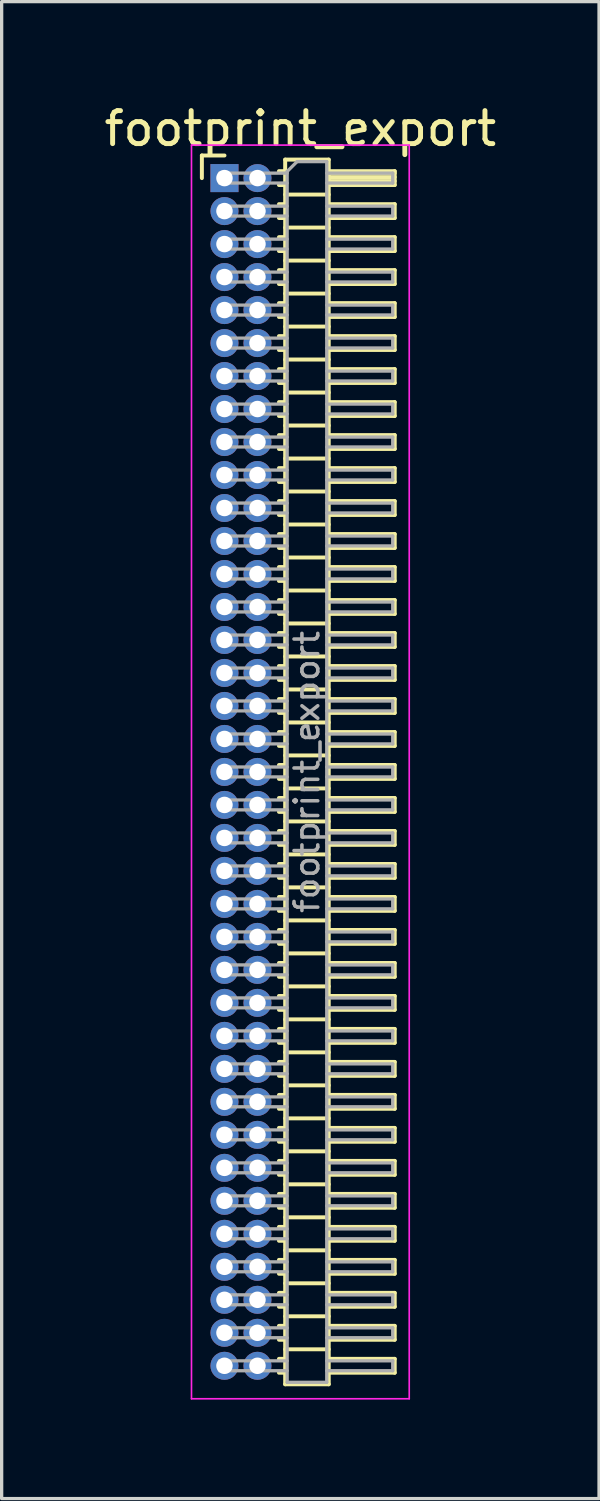
<source format=kicad_pcb>
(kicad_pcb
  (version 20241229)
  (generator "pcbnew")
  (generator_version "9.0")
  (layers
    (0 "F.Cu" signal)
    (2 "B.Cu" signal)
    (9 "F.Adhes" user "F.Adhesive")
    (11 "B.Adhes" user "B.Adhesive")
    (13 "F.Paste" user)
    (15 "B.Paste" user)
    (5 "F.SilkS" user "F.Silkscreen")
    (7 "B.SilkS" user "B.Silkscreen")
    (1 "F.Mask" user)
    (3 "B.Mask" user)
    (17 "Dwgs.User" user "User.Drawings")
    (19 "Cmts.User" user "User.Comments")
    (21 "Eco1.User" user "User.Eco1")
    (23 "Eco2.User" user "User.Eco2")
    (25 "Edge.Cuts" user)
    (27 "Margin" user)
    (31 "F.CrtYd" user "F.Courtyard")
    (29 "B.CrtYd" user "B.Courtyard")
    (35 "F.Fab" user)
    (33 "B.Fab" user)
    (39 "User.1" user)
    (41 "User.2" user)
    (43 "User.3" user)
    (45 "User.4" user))
  (footprint "footprint_export"
    (layer "F.Cu")
    (at 3.754 2.348)
    (property "Reference" "footprint_export" (at 2.3 -1.5 0) (layer "F.SilkS") (effects (font (size 1 1) (thickness 0.15))))
    (attr through_hole)
    (fp_line (start -0.685 -0.685) (end 0 -0.685) (stroke (width 0.12) (type solid)) (layer "F.SilkS"))
    (fp_line (start -0.685 0) (end -0.685 -0.685) (stroke (width 0.12) (type solid)) (layer "F.SilkS"))
    (fp_line (start 1.652 -0.21) (end 1.84 -0.21) (stroke (width 0.12) (type solid)) (layer "F.SilkS"))
    (fp_line (start 1.652 0.21) (end 1.84 0.21) (stroke (width 0.12) (type solid)) (layer "F.SilkS"))
    (fp_line (start 1.652 0.79) (end 1.84 0.79) (stroke (width 0.12) (type solid)) (layer "F.SilkS"))
    (fp_line (start 1.652 1.21) (end 1.84 1.21) (stroke (width 0.12) (type solid)) (layer "F.SilkS"))
    (fp_line (start 1.652 1.79) (end 1.84 1.79) (stroke (width 0.12) (type solid)) (layer "F.SilkS"))
    (fp_line (start 1.652 2.21) (end 1.84 2.21) (stroke (width 0.12) (type solid)) (layer "F.SilkS"))
    (fp_line (start 1.652 2.79) (end 1.84 2.79) (stroke (width 0.12) (type solid)) (layer "F.SilkS"))
    (fp_line (start 1.652 3.21) (end 1.84 3.21) (stroke (width 0.12) (type solid)) (layer "F.SilkS"))
    (fp_line (start 1.652 3.79) (end 1.84 3.79) (stroke (width 0.12) (type solid)) (layer "F.SilkS"))
    (fp_line (start 1.652 4.21) (end 1.84 4.21) (stroke (width 0.12) (type solid)) (layer "F.SilkS"))
    (fp_line (start 1.652 4.79) (end 1.84 4.79) (stroke (width 0.12) (type solid)) (layer "F.SilkS"))
    (fp_line (start 1.652 5.21) (end 1.84 5.21) (stroke (width 0.12) (type solid)) (layer "F.SilkS"))
    (fp_line (start 1.652 5.79) (end 1.84 5.79) (stroke (width 0.12) (type solid)) (layer "F.SilkS"))
    (fp_line (start 1.652 6.21) (end 1.84 6.21) (stroke (width 0.12) (type solid)) (layer "F.SilkS"))
    (fp_line (start 1.652 6.79) (end 1.84 6.79) (stroke (width 0.12) (type solid)) (layer "F.SilkS"))
    (fp_line (start 1.652 7.21) (end 1.84 7.21) (stroke (width 0.12) (type solid)) (layer "F.SilkS"))
    (fp_line (start 1.652 7.79) (end 1.84 7.79) (stroke (width 0.12) (type solid)) (layer "F.SilkS"))
    (fp_line (start 1.652 8.21) (end 1.84 8.21) (stroke (width 0.12) (type solid)) (layer "F.SilkS"))
    (fp_line (start 1.652 8.79) (end 1.84 8.79) (stroke (width 0.12) (type solid)) (layer "F.SilkS"))
    (fp_line (start 1.652 9.21) (end 1.84 9.21) (stroke (width 0.12) (type solid)) (layer "F.SilkS"))
    (fp_line (start 1.652 9.79) (end 1.84 9.79) (stroke (width 0.12) (type solid)) (layer "F.SilkS"))
    (fp_line (start 1.652 10.21) (end 1.84 10.21) (stroke (width 0.12) (type solid)) (layer "F.SilkS"))
    (fp_line (start 1.652 10.79) (end 1.84 10.79) (stroke (width 0.12) (type solid)) (layer "F.SilkS"))
    (fp_line (start 1.652 11.21) (end 1.84 11.21) (stroke (width 0.12) (type solid)) (layer "F.SilkS"))
    (fp_line (start 1.652 11.79) (end 1.84 11.79) (stroke (width 0.12) (type solid)) (layer "F.SilkS"))
    (fp_line (start 1.652 12.21) (end 1.84 12.21) (stroke (width 0.12) (type solid)) (layer "F.SilkS"))
    (fp_line (start 1.652 12.79) (end 1.84 12.79) (stroke (width 0.12) (type solid)) (layer "F.SilkS"))
    (fp_line (start 1.652 13.21) (end 1.84 13.21) (stroke (width 0.12) (type solid)) (layer "F.SilkS"))
    (fp_line (start 1.652 13.79) (end 1.84 13.79) (stroke (width 0.12) (type solid)) (layer "F.SilkS"))
    (fp_line (start 1.652 14.21) (end 1.84 14.21) (stroke (width 0.12) (type solid)) (layer "F.SilkS"))
    (fp_line (start 1.652 14.79) (end 1.84 14.79) (stroke (width 0.12) (type solid)) (layer "F.SilkS"))
    (fp_line (start 1.652 15.21) (end 1.84 15.21) (stroke (width 0.12) (type solid)) (layer "F.SilkS"))
    (fp_line (start 1.652 15.79) (end 1.84 15.79) (stroke (width 0.12) (type solid)) (layer "F.SilkS"))
    (fp_line (start 1.652 16.21) (end 1.84 16.21) (stroke (width 0.12) (type solid)) (layer "F.SilkS"))
    (fp_line (start 1.652 16.79) (end 1.84 16.79) (stroke (width 0.12) (type solid)) (layer "F.SilkS"))
    (fp_line (start 1.652 17.21) (end 1.84 17.21) (stroke (width 0.12) (type solid)) (layer "F.SilkS"))
    (fp_line (start 1.652 17.79) (end 1.84 17.79) (stroke (width 0.12) (type solid)) (layer "F.SilkS"))
    (fp_line (start 1.652 18.21) (end 1.84 18.21) (stroke (width 0.12) (type solid)) (layer "F.SilkS"))
    (fp_line (start 1.652 18.79) (end 1.84 18.79) (stroke (width 0.12) (type solid)) (layer "F.SilkS"))
    (fp_line (start 1.652 19.21) (end 1.84 19.21) (stroke (width 0.12) (type solid)) (layer "F.SilkS"))
    (fp_line (start 1.652 19.79) (end 1.84 19.79) (stroke (width 0.12) (type solid)) (layer "F.SilkS"))
    (fp_line (start 1.652 20.21) (end 1.84 20.21) (stroke (width 0.12) (type solid)) (layer "F.SilkS"))
    (fp_line (start 1.652 20.79) (end 1.84 20.79) (stroke (width 0.12) (type solid)) (layer "F.SilkS"))
    (fp_line (start 1.652 21.21) (end 1.84 21.21) (stroke (width 0.12) (type solid)) (layer "F.SilkS"))
    (fp_line (start 1.652 21.79) (end 1.84 21.79) (stroke (width 0.12) (type solid)) (layer "F.SilkS"))
    (fp_line (start 1.652 22.21) (end 1.84 22.21) (stroke (width 0.12) (type solid)) (layer "F.SilkS"))
    (fp_line (start 1.652 22.79) (end 1.84 22.79) (stroke (width 0.12) (type solid)) (layer "F.SilkS"))
    (fp_line (start 1.652 23.21) (end 1.84 23.21) (stroke (width 0.12) (type solid)) (layer "F.SilkS"))
    (fp_line (start 1.652 23.79) (end 1.84 23.79) (stroke (width 0.12) (type solid)) (layer "F.SilkS"))
    (fp_line (start 1.652 24.21) (end 1.84 24.21) (stroke (width 0.12) (type solid)) (layer "F.SilkS"))
    (fp_line (start 1.652 24.79) (end 1.84 24.79) (stroke (width 0.12) (type solid)) (layer "F.SilkS"))
    (fp_line (start 1.652 25.21) (end 1.84 25.21) (stroke (width 0.12) (type solid)) (layer "F.SilkS"))
    (fp_line (start 1.652 25.79) (end 1.84 25.79) (stroke (width 0.12) (type solid)) (layer "F.SilkS"))
    (fp_line (start 1.652 26.21) (end 1.84 26.21) (stroke (width 0.12) (type solid)) (layer "F.SilkS"))
    (fp_line (start 1.652 26.79) (end 1.84 26.79) (stroke (width 0.12) (type solid)) (layer "F.SilkS"))
    (fp_line (start 1.652 27.21) (end 1.84 27.21) (stroke (width 0.12) (type solid)) (layer "F.SilkS"))
    (fp_line (start 1.652 27.79) (end 1.84 27.79) (stroke (width 0.12) (type solid)) (layer "F.SilkS"))
    (fp_line (start 1.652 28.21) (end 1.84 28.21) (stroke (width 0.12) (type solid)) (layer "F.SilkS"))
    (fp_line (start 1.652 28.79) (end 1.84 28.79) (stroke (width 0.12) (type solid)) (layer "F.SilkS"))
    (fp_line (start 1.652 29.21) (end 1.84 29.21) (stroke (width 0.12) (type solid)) (layer "F.SilkS"))
    (fp_line (start 1.652 29.79) (end 1.84 29.79) (stroke (width 0.12) (type solid)) (layer "F.SilkS"))
    (fp_line (start 1.652 30.21) (end 1.84 30.21) (stroke (width 0.12) (type solid)) (layer "F.SilkS"))
    (fp_line (start 1.652 30.79) (end 1.84 30.79) (stroke (width 0.12) (type solid)) (layer "F.SilkS"))
    (fp_line (start 1.652 31.21) (end 1.84 31.21) (stroke (width 0.12) (type solid)) (layer "F.SilkS"))
    (fp_line (start 1.652 31.79) (end 1.84 31.79) (stroke (width 0.12) (type solid)) (layer "F.SilkS"))
    (fp_line (start 1.652 32.21) (end 1.84 32.21) (stroke (width 0.12) (type solid)) (layer "F.SilkS"))
    (fp_line (start 1.652 32.79) (end 1.84 32.79) (stroke (width 0.12) (type solid)) (layer "F.SilkS"))
    (fp_line (start 1.652 33.21) (end 1.84 33.21) (stroke (width 0.12) (type solid)) (layer "F.SilkS"))
    (fp_line (start 1.652 33.79) (end 1.84 33.79) (stroke (width 0.12) (type solid)) (layer "F.SilkS"))
    (fp_line (start 1.652 34.21) (end 1.84 34.21) (stroke (width 0.12) (type solid)) (layer "F.SilkS"))
    (fp_line (start 1.652 34.79) (end 1.84 34.79) (stroke (width 0.12) (type solid)) (layer "F.SilkS"))
    (fp_line (start 1.652 35.21) (end 1.84 35.21) (stroke (width 0.12) (type solid)) (layer "F.SilkS"))
    (fp_line (start 1.652 35.79) (end 1.84 35.79) (stroke (width 0.12) (type solid)) (layer "F.SilkS"))
    (fp_line (start 1.652 36.21) (end 1.84 36.21) (stroke (width 0.12) (type solid)) (layer "F.SilkS"))
    (fp_line (start 1.84 -0.56) (end 1.84 36.56) (stroke (width 0.12) (type solid)) (layer "F.SilkS"))
    (fp_line (start 1.84 0.5) (end 3.16 0.5) (stroke (width 0.12) (type solid)) (layer "F.SilkS"))
    (fp_line (start 1.84 1.5) (end 3.16 1.5) (stroke (width 0.12) (type solid)) (layer "F.SilkS"))
    (fp_line (start 1.84 2.5) (end 3.16 2.5) (stroke (width 0.12) (type solid)) (layer "F.SilkS"))
    (fp_line (start 1.84 3.5) (end 3.16 3.5) (stroke (width 0.12) (type solid)) (layer "F.SilkS"))
    (fp_line (start 1.84 4.5) (end 3.16 4.5) (stroke (width 0.12) (type solid)) (layer "F.SilkS"))
    (fp_line (start 1.84 5.5) (end 3.16 5.5) (stroke (width 0.12) (type solid)) (layer "F.SilkS"))
    (fp_line (start 1.84 6.5) (end 3.16 6.5) (stroke (width 0.12) (type solid)) (layer "F.SilkS"))
    (fp_line (start 1.84 7.5) (end 3.16 7.5) (stroke (width 0.12) (type solid)) (layer "F.SilkS"))
    (fp_line (start 1.84 8.5) (end 3.16 8.5) (stroke (width 0.12) (type solid)) (layer "F.SilkS"))
    (fp_line (start 1.84 9.5) (end 3.16 9.5) (stroke (width 0.12) (type solid)) (layer "F.SilkS"))
    (fp_line (start 1.84 10.5) (end 3.16 10.5) (stroke (width 0.12) (type solid)) (layer "F.SilkS"))
    (fp_line (start 1.84 11.5) (end 3.16 11.5) (stroke (width 0.12) (type solid)) (layer "F.SilkS"))
    (fp_line (start 1.84 12.5) (end 3.16 12.5) (stroke (width 0.12) (type solid)) (layer "F.SilkS"))
    (fp_line (start 1.84 13.5) (end 3.16 13.5) (stroke (width 0.12) (type solid)) (layer "F.SilkS"))
    (fp_line (start 1.84 14.5) (end 3.16 14.5) (stroke (width 0.12) (type solid)) (layer "F.SilkS"))
    (fp_line (start 1.84 15.5) (end 3.16 15.5) (stroke (width 0.12) (type solid)) (layer "F.SilkS"))
    (fp_line (start 1.84 16.5) (end 3.16 16.5) (stroke (width 0.12) (type solid)) (layer "F.SilkS"))
    (fp_line (start 1.84 17.5) (end 3.16 17.5) (stroke (width 0.12) (type solid)) (layer "F.SilkS"))
    (fp_line (start 1.84 18.5) (end 3.16 18.5) (stroke (width 0.12) (type solid)) (layer "F.SilkS"))
    (fp_line (start 1.84 19.5) (end 3.16 19.5) (stroke (width 0.12) (type solid)) (layer "F.SilkS"))
    (fp_line (start 1.84 20.5) (end 3.16 20.5) (stroke (width 0.12) (type solid)) (layer "F.SilkS"))
    (fp_line (start 1.84 21.5) (end 3.16 21.5) (stroke (width 0.12) (type solid)) (layer "F.SilkS"))
    (fp_line (start 1.84 22.5) (end 3.16 22.5) (stroke (width 0.12) (type solid)) (layer "F.SilkS"))
    (fp_line (start 1.84 23.5) (end 3.16 23.5) (stroke (width 0.12) (type solid)) (layer "F.SilkS"))
    (fp_line (start 1.84 24.5) (end 3.16 24.5) (stroke (width 0.12) (type solid)) (layer "F.SilkS"))
    (fp_line (start 1.84 25.5) (end 3.16 25.5) (stroke (width 0.12) (type solid)) (layer "F.SilkS"))
    (fp_line (start 1.84 26.5) (end 3.16 26.5) (stroke (width 0.12) (type solid)) (layer "F.SilkS"))
    (fp_line (start 1.84 27.5) (end 3.16 27.5) (stroke (width 0.12) (type solid)) (layer "F.SilkS"))
    (fp_line (start 1.84 28.5) (end 3.16 28.5) (stroke (width 0.12) (type solid)) (layer "F.SilkS"))
    (fp_line (start 1.84 29.5) (end 3.16 29.5) (stroke (width 0.12) (type solid)) (layer "F.SilkS"))
    (fp_line (start 1.84 30.5) (end 3.16 30.5) (stroke (width 0.12) (type solid)) (layer "F.SilkS"))
    (fp_line (start 1.84 31.5) (end 3.16 31.5) (stroke (width 0.12) (type solid)) (layer "F.SilkS"))
    (fp_line (start 1.84 32.5) (end 3.16 32.5) (stroke (width 0.12) (type solid)) (layer "F.SilkS"))
    (fp_line (start 1.84 33.5) (end 3.16 33.5) (stroke (width 0.12) (type solid)) (layer "F.SilkS"))
    (fp_line (start 1.84 34.5) (end 3.16 34.5) (stroke (width 0.12) (type solid)) (layer "F.SilkS"))
    (fp_line (start 1.84 35.5) (end 3.16 35.5) (stroke (width 0.12) (type solid)) (layer "F.SilkS"))
    (fp_line (start 1.84 36.56) (end 3.16 36.56) (stroke (width 0.12) (type solid)) (layer "F.SilkS"))
    (fp_line (start 3.16 -0.56) (end 1.84 -0.56) (stroke (width 0.12) (type solid)) (layer "F.SilkS"))
    (fp_line (start 3.16 -0.21) (end 5.16 -0.21) (stroke (width 0.12) (type solid)) (layer "F.SilkS"))
    (fp_line (start 3.16 -0.15) (end 5.16 -0.15) (stroke (width 0.12) (type solid)) (layer "F.SilkS"))
    (fp_line (start 3.16 -0.03) (end 5.16 -0.03) (stroke (width 0.12) (type solid)) (layer "F.SilkS"))
    (fp_line (start 3.16 0.09) (end 5.16 0.09) (stroke (width 0.12) (type solid)) (layer "F.SilkS"))
    (fp_line (start 3.16 0.79) (end 5.16 0.79) (stroke (width 0.12) (type solid)) (layer "F.SilkS"))
    (fp_line (start 3.16 1.79) (end 5.16 1.79) (stroke (width 0.12) (type solid)) (layer "F.SilkS"))
    (fp_line (start 3.16 2.79) (end 5.16 2.79) (stroke (width 0.12) (type solid)) (layer "F.SilkS"))
    (fp_line (start 3.16 3.79) (end 5.16 3.79) (stroke (width 0.12) (type solid)) (layer "F.SilkS"))
    (fp_line (start 3.16 4.79) (end 5.16 4.79) (stroke (width 0.12) (type solid)) (layer "F.SilkS"))
    (fp_line (start 3.16 5.79) (end 5.16 5.79) (stroke (width 0.12) (type solid)) (layer "F.SilkS"))
    (fp_line (start 3.16 6.79) (end 5.16 6.79) (stroke (width 0.12) (type solid)) (layer "F.SilkS"))
    (fp_line (start 3.16 7.79) (end 5.16 7.79) (stroke (width 0.12) (type solid)) (layer "F.SilkS"))
    (fp_line (start 3.16 8.79) (end 5.16 8.79) (stroke (width 0.12) (type solid)) (layer "F.SilkS"))
    (fp_line (start 3.16 9.79) (end 5.16 9.79) (stroke (width 0.12) (type solid)) (layer "F.SilkS"))
    (fp_line (start 3.16 10.79) (end 5.16 10.79) (stroke (width 0.12) (type solid)) (layer "F.SilkS"))
    (fp_line (start 3.16 11.79) (end 5.16 11.79) (stroke (width 0.12) (type solid)) (layer "F.SilkS"))
    (fp_line (start 3.16 12.79) (end 5.16 12.79) (stroke (width 0.12) (type solid)) (layer "F.SilkS"))
    (fp_line (start 3.16 13.79) (end 5.16 13.79) (stroke (width 0.12) (type solid)) (layer "F.SilkS"))
    (fp_line (start 3.16 14.79) (end 5.16 14.79) (stroke (width 0.12) (type solid)) (layer "F.SilkS"))
    (fp_line (start 3.16 15.79) (end 5.16 15.79) (stroke (width 0.12) (type solid)) (layer "F.SilkS"))
    (fp_line (start 3.16 16.79) (end 5.16 16.79) (stroke (width 0.12) (type solid)) (layer "F.SilkS"))
    (fp_line (start 3.16 17.79) (end 5.16 17.79) (stroke (width 0.12) (type solid)) (layer "F.SilkS"))
    (fp_line (start 3.16 18.79) (end 5.16 18.79) (stroke (width 0.12) (type solid)) (layer "F.SilkS"))
    (fp_line (start 3.16 19.79) (end 5.16 19.79) (stroke (width 0.12) (type solid)) (layer "F.SilkS"))
    (fp_line (start 3.16 20.79) (end 5.16 20.79) (stroke (width 0.12) (type solid)) (layer "F.SilkS"))
    (fp_line (start 3.16 21.79) (end 5.16 21.79) (stroke (width 0.12) (type solid)) (layer "F.SilkS"))
    (fp_line (start 3.16 22.79) (end 5.16 22.79) (stroke (width 0.12) (type solid)) (layer "F.SilkS"))
    (fp_line (start 3.16 23.79) (end 5.16 23.79) (stroke (width 0.12) (type solid)) (layer "F.SilkS"))
    (fp_line (start 3.16 24.79) (end 5.16 24.79) (stroke (width 0.12) (type solid)) (layer "F.SilkS"))
    (fp_line (start 3.16 25.79) (end 5.16 25.79) (stroke (width 0.12) (type solid)) (layer "F.SilkS"))
    (fp_line (start 3.16 26.79) (end 5.16 26.79) (stroke (width 0.12) (type solid)) (layer "F.SilkS"))
    (fp_line (start 3.16 27.79) (end 5.16 27.79) (stroke (width 0.12) (type solid)) (layer "F.SilkS"))
    (fp_line (start 3.16 28.79) (end 5.16 28.79) (stroke (width 0.12) (type solid)) (layer "F.SilkS"))
    (fp_line (start 3.16 29.79) (end 5.16 29.79) (stroke (width 0.12) (type solid)) (layer "F.SilkS"))
    (fp_line (start 3.16 30.79) (end 5.16 30.79) (stroke (width 0.12) (type solid)) (layer "F.SilkS"))
    (fp_line (start 3.16 31.79) (end 5.16 31.79) (stroke (width 0.12) (type solid)) (layer "F.SilkS"))
    (fp_line (start 3.16 32.79) (end 5.16 32.79) (stroke (width 0.12) (type solid)) (layer "F.SilkS"))
    (fp_line (start 3.16 33.79) (end 5.16 33.79) (stroke (width 0.12) (type solid)) (layer "F.SilkS"))
    (fp_line (start 3.16 34.79) (end 5.16 34.79) (stroke (width 0.12) (type solid)) (layer "F.SilkS"))
    (fp_line (start 3.16 35.79) (end 5.16 35.79) (stroke (width 0.12) (type solid)) (layer "F.SilkS"))
    (fp_line (start 3.16 36.56) (end 3.16 -0.56) (stroke (width 0.12) (type solid)) (layer "F.SilkS"))
    (fp_line (start 5.16 -0.21) (end 5.16 0.21) (stroke (width 0.12) (type solid)) (layer "F.SilkS"))
    (fp_line (start 5.16 0.21) (end 3.16 0.21) (stroke (width 0.12) (type solid)) (layer "F.SilkS"))
    (fp_line (start 5.16 0.79) (end 5.16 1.21) (stroke (width 0.12) (type solid)) (layer "F.SilkS"))
    (fp_line (start 5.16 1.21) (end 3.16 1.21) (stroke (width 0.12) (type solid)) (layer "F.SilkS"))
    (fp_line (start 5.16 1.79) (end 5.16 2.21) (stroke (width 0.12) (type solid)) (layer "F.SilkS"))
    (fp_line (start 5.16 2.21) (end 3.16 2.21) (stroke (width 0.12) (type solid)) (layer "F.SilkS"))
    (fp_line (start 5.16 2.79) (end 5.16 3.21) (stroke (width 0.12) (type solid)) (layer "F.SilkS"))
    (fp_line (start 5.16 3.21) (end 3.16 3.21) (stroke (width 0.12) (type solid)) (layer "F.SilkS"))
    (fp_line (start 5.16 3.79) (end 5.16 4.21) (stroke (width 0.12) (type solid)) (layer "F.SilkS"))
    (fp_line (start 5.16 4.21) (end 3.16 4.21) (stroke (width 0.12) (type solid)) (layer "F.SilkS"))
    (fp_line (start 5.16 4.79) (end 5.16 5.21) (stroke (width 0.12) (type solid)) (layer "F.SilkS"))
    (fp_line (start 5.16 5.21) (end 3.16 5.21) (stroke (width 0.12) (type solid)) (layer "F.SilkS"))
    (fp_line (start 5.16 5.79) (end 5.16 6.21) (stroke (width 0.12) (type solid)) (layer "F.SilkS"))
    (fp_line (start 5.16 6.21) (end 3.16 6.21) (stroke (width 0.12) (type solid)) (layer "F.SilkS"))
    (fp_line (start 5.16 6.79) (end 5.16 7.21) (stroke (width 0.12) (type solid)) (layer "F.SilkS"))
    (fp_line (start 5.16 7.21) (end 3.16 7.21) (stroke (width 0.12) (type solid)) (layer "F.SilkS"))
    (fp_line (start 5.16 7.79) (end 5.16 8.21) (stroke (width 0.12) (type solid)) (layer "F.SilkS"))
    (fp_line (start 5.16 8.21) (end 3.16 8.21) (stroke (width 0.12) (type solid)) (layer "F.SilkS"))
    (fp_line (start 5.16 8.79) (end 5.16 9.21) (stroke (width 0.12) (type solid)) (layer "F.SilkS"))
    (fp_line (start 5.16 9.21) (end 3.16 9.21) (stroke (width 0.12) (type solid)) (layer "F.SilkS"))
    (fp_line (start 5.16 9.79) (end 5.16 10.21) (stroke (width 0.12) (type solid)) (layer "F.SilkS"))
    (fp_line (start 5.16 10.21) (end 3.16 10.21) (stroke (width 0.12) (type solid)) (layer "F.SilkS"))
    (fp_line (start 5.16 10.79) (end 5.16 11.21) (stroke (width 0.12) (type solid)) (layer "F.SilkS"))
    (fp_line (start 5.16 11.21) (end 3.16 11.21) (stroke (width 0.12) (type solid)) (layer "F.SilkS"))
    (fp_line (start 5.16 11.79) (end 5.16 12.21) (stroke (width 0.12) (type solid)) (layer "F.SilkS"))
    (fp_line (start 5.16 12.21) (end 3.16 12.21) (stroke (width 0.12) (type solid)) (layer "F.SilkS"))
    (fp_line (start 5.16 12.79) (end 5.16 13.21) (stroke (width 0.12) (type solid)) (layer "F.SilkS"))
    (fp_line (start 5.16 13.21) (end 3.16 13.21) (stroke (width 0.12) (type solid)) (layer "F.SilkS"))
    (fp_line (start 5.16 13.79) (end 5.16 14.21) (stroke (width 0.12) (type solid)) (layer "F.SilkS"))
    (fp_line (start 5.16 14.21) (end 3.16 14.21) (stroke (width 0.12) (type solid)) (layer "F.SilkS"))
    (fp_line (start 5.16 14.79) (end 5.16 15.21) (stroke (width 0.12) (type solid)) (layer "F.SilkS"))
    (fp_line (start 5.16 15.21) (end 3.16 15.21) (stroke (width 0.12) (type solid)) (layer "F.SilkS"))
    (fp_line (start 5.16 15.79) (end 5.16 16.21) (stroke (width 0.12) (type solid)) (layer "F.SilkS"))
    (fp_line (start 5.16 16.21) (end 3.16 16.21) (stroke (width 0.12) (type solid)) (layer "F.SilkS"))
    (fp_line (start 5.16 16.79) (end 5.16 17.21) (stroke (width 0.12) (type solid)) (layer "F.SilkS"))
    (fp_line (start 5.16 17.21) (end 3.16 17.21) (stroke (width 0.12) (type solid)) (layer "F.SilkS"))
    (fp_line (start 5.16 17.79) (end 5.16 18.21) (stroke (width 0.12) (type solid)) (layer "F.SilkS"))
    (fp_line (start 5.16 18.21) (end 3.16 18.21) (stroke (width 0.12) (type solid)) (layer "F.SilkS"))
    (fp_line (start 5.16 18.79) (end 5.16 19.21) (stroke (width 0.12) (type solid)) (layer "F.SilkS"))
    (fp_line (start 5.16 19.21) (end 3.16 19.21) (stroke (width 0.12) (type solid)) (layer "F.SilkS"))
    (fp_line (start 5.16 19.79) (end 5.16 20.21) (stroke (width 0.12) (type solid)) (layer "F.SilkS"))
    (fp_line (start 5.16 20.21) (end 3.16 20.21) (stroke (width 0.12) (type solid)) (layer "F.SilkS"))
    (fp_line (start 5.16 20.79) (end 5.16 21.21) (stroke (width 0.12) (type solid)) (layer "F.SilkS"))
    (fp_line (start 5.16 21.21) (end 3.16 21.21) (stroke (width 0.12) (type solid)) (layer "F.SilkS"))
    (fp_line (start 5.16 21.79) (end 5.16 22.21) (stroke (width 0.12) (type solid)) (layer "F.SilkS"))
    (fp_line (start 5.16 22.21) (end 3.16 22.21) (stroke (width 0.12) (type solid)) (layer "F.SilkS"))
    (fp_line (start 5.16 22.79) (end 5.16 23.21) (stroke (width 0.12) (type solid)) (layer "F.SilkS"))
    (fp_line (start 5.16 23.21) (end 3.16 23.21) (stroke (width 0.12) (type solid)) (layer "F.SilkS"))
    (fp_line (start 5.16 23.79) (end 5.16 24.21) (stroke (width 0.12) (type solid)) (layer "F.SilkS"))
    (fp_line (start 5.16 24.21) (end 3.16 24.21) (stroke (width 0.12) (type solid)) (layer "F.SilkS"))
    (fp_line (start 5.16 24.79) (end 5.16 25.21) (stroke (width 0.12) (type solid)) (layer "F.SilkS"))
    (fp_line (start 5.16 25.21) (end 3.16 25.21) (stroke (width 0.12) (type solid)) (layer "F.SilkS"))
    (fp_line (start 5.16 25.79) (end 5.16 26.21) (stroke (width 0.12) (type solid)) (layer "F.SilkS"))
    (fp_line (start 5.16 26.21) (end 3.16 26.21) (stroke (width 0.12) (type solid)) (layer "F.SilkS"))
    (fp_line (start 5.16 26.79) (end 5.16 27.21) (stroke (width 0.12) (type solid)) (layer "F.SilkS"))
    (fp_line (start 5.16 27.21) (end 3.16 27.21) (stroke (width 0.12) (type solid)) (layer "F.SilkS"))
    (fp_line (start 5.16 27.79) (end 5.16 28.21) (stroke (width 0.12) (type solid)) (layer "F.SilkS"))
    (fp_line (start 5.16 28.21) (end 3.16 28.21) (stroke (width 0.12) (type solid)) (layer "F.SilkS"))
    (fp_line (start 5.16 28.79) (end 5.16 29.21) (stroke (width 0.12) (type solid)) (layer "F.SilkS"))
    (fp_line (start 5.16 29.21) (end 3.16 29.21) (stroke (width 0.12) (type solid)) (layer "F.SilkS"))
    (fp_line (start 5.16 29.79) (end 5.16 30.21) (stroke (width 0.12) (type solid)) (layer "F.SilkS"))
    (fp_line (start 5.16 30.21) (end 3.16 30.21) (stroke (width 0.12) (type solid)) (layer "F.SilkS"))
    (fp_line (start 5.16 30.79) (end 5.16 31.21) (stroke (width 0.12) (type solid)) (layer "F.SilkS"))
    (fp_line (start 5.16 31.21) (end 3.16 31.21) (stroke (width 0.12) (type solid)) (layer "F.SilkS"))
    (fp_line (start 5.16 31.79) (end 5.16 32.21) (stroke (width 0.12) (type solid)) (layer "F.SilkS"))
    (fp_line (start 5.16 32.21) (end 3.16 32.21) (stroke (width 0.12) (type solid)) (layer "F.SilkS"))
    (fp_line (start 5.16 32.79) (end 5.16 33.21) (stroke (width 0.12) (type solid)) (layer "F.SilkS"))
    (fp_line (start 5.16 33.21) (end 3.16 33.21) (stroke (width 0.12) (type solid)) (layer "F.SilkS"))
    (fp_line (start 5.16 33.79) (end 5.16 34.21) (stroke (width 0.12) (type solid)) (layer "F.SilkS"))
    (fp_line (start 5.16 34.21) (end 3.16 34.21) (stroke (width 0.12) (type solid)) (layer "F.SilkS"))
    (fp_line (start 5.16 34.79) (end 5.16 35.21) (stroke (width 0.12) (type solid)) (layer "F.SilkS"))
    (fp_line (start 5.16 35.21) (end 3.16 35.21) (stroke (width 0.12) (type solid)) (layer "F.SilkS"))
    (fp_line (start 5.16 35.79) (end 5.16 36.21) (stroke (width 0.12) (type solid)) (layer "F.SilkS"))
    (fp_line (start 5.16 36.21) (end 3.16 36.21) (stroke (width 0.12) (type solid)) (layer "F.SilkS"))
    (fp_line (start -1 -1) (end -1 37) (stroke (width 0.05) (type solid)) (layer "F.CrtYd"))
    (fp_line (start -1 37) (end 5.6 37) (stroke (width 0.05) (type solid)) (layer "F.CrtYd"))
    (fp_line (start 5.6 -1) (end -1 -1) (stroke (width 0.05) (type solid)) (layer "F.CrtYd"))
    (fp_line (start 5.6 37) (end 5.6 -1) (stroke (width 0.05) (type solid)) (layer "F.CrtYd"))
    (fp_line (start -0.15 -0.15) (end -0.15 0.15) (stroke (width 0.1) (type solid)) (layer "F.Fab"))
    (fp_line (start -0.15 -0.15) (end 1.9 -0.15) (stroke (width 0.1) (type solid)) (layer "F.Fab"))
    (fp_line (start -0.15 0.15) (end 1.9 0.15) (stroke (width 0.1) (type solid)) (layer "F.Fab"))
    (fp_line (start -0.15 0.85) (end -0.15 1.15) (stroke (width 0.1) (type solid)) (layer "F.Fab"))
    (fp_line (start -0.15 0.85) (end 1.9 0.85) (stroke (width 0.1) (type solid)) (layer "F.Fab"))
    (fp_line (start -0.15 1.15) (end 1.9 1.15) (stroke (width 0.1) (type solid)) (layer "F.Fab"))
    (fp_line (start -0.15 1.85) (end -0.15 2.15) (stroke (width 0.1) (type solid)) (layer "F.Fab"))
    (fp_line (start -0.15 1.85) (end 1.9 1.85) (stroke (width 0.1) (type solid)) (layer "F.Fab"))
    (fp_line (start -0.15 2.15) (end 1.9 2.15) (stroke (width 0.1) (type solid)) (layer "F.Fab"))
    (fp_line (start -0.15 2.85) (end -0.15 3.15) (stroke (width 0.1) (type solid)) (layer "F.Fab"))
    (fp_line (start -0.15 2.85) (end 1.9 2.85) (stroke (width 0.1) (type solid)) (layer "F.Fab"))
    (fp_line (start -0.15 3.15) (end 1.9 3.15) (stroke (width 0.1) (type solid)) (layer "F.Fab"))
    (fp_line (start -0.15 3.85) (end -0.15 4.15) (stroke (width 0.1) (type solid)) (layer "F.Fab"))
    (fp_line (start -0.15 3.85) (end 1.9 3.85) (stroke (width 0.1) (type solid)) (layer "F.Fab"))
    (fp_line (start -0.15 4.15) (end 1.9 4.15) (stroke (width 0.1) (type solid)) (layer "F.Fab"))
    (fp_line (start -0.15 4.85) (end -0.15 5.15) (stroke (width 0.1) (type solid)) (layer "F.Fab"))
    (fp_line (start -0.15 4.85) (end 1.9 4.85) (stroke (width 0.1) (type solid)) (layer "F.Fab"))
    (fp_line (start -0.15 5.15) (end 1.9 5.15) (stroke (width 0.1) (type solid)) (layer "F.Fab"))
    (fp_line (start -0.15 5.85) (end -0.15 6.15) (stroke (width 0.1) (type solid)) (layer "F.Fab"))
    (fp_line (start -0.15 5.85) (end 1.9 5.85) (stroke (width 0.1) (type solid)) (layer "F.Fab"))
    (fp_line (start -0.15 6.15) (end 1.9 6.15) (stroke (width 0.1) (type solid)) (layer "F.Fab"))
    (fp_line (start -0.15 6.85) (end -0.15 7.15) (stroke (width 0.1) (type solid)) (layer "F.Fab"))
    (fp_line (start -0.15 6.85) (end 1.9 6.85) (stroke (width 0.1) (type solid)) (layer "F.Fab"))
    (fp_line (start -0.15 7.15) (end 1.9 7.15) (stroke (width 0.1) (type solid)) (layer "F.Fab"))
    (fp_line (start -0.15 7.85) (end -0.15 8.15) (stroke (width 0.1) (type solid)) (layer "F.Fab"))
    (fp_line (start -0.15 7.85) (end 1.9 7.85) (stroke (width 0.1) (type solid)) (layer "F.Fab"))
    (fp_line (start -0.15 8.15) (end 1.9 8.15) (stroke (width 0.1) (type solid)) (layer "F.Fab"))
    (fp_line (start -0.15 8.85) (end -0.15 9.15) (stroke (width 0.1) (type solid)) (layer "F.Fab"))
    (fp_line (start -0.15 8.85) (end 1.9 8.85) (stroke (width 0.1) (type solid)) (layer "F.Fab"))
    (fp_line (start -0.15 9.15) (end 1.9 9.15) (stroke (width 0.1) (type solid)) (layer "F.Fab"))
    (fp_line (start -0.15 9.85) (end -0.15 10.15) (stroke (width 0.1) (type solid)) (layer "F.Fab"))
    (fp_line (start -0.15 9.85) (end 1.9 9.85) (stroke (width 0.1) (type solid)) (layer "F.Fab"))
    (fp_line (start -0.15 10.15) (end 1.9 10.15) (stroke (width 0.1) (type solid)) (layer "F.Fab"))
    (fp_line (start -0.15 10.85) (end -0.15 11.15) (stroke (width 0.1) (type solid)) (layer "F.Fab"))
    (fp_line (start -0.15 10.85) (end 1.9 10.85) (stroke (width 0.1) (type solid)) (layer "F.Fab"))
    (fp_line (start -0.15 11.15) (end 1.9 11.15) (stroke (width 0.1) (type solid)) (layer "F.Fab"))
    (fp_line (start -0.15 11.85) (end -0.15 12.15) (stroke (width 0.1) (type solid)) (layer "F.Fab"))
    (fp_line (start -0.15 11.85) (end 1.9 11.85) (stroke (width 0.1) (type solid)) (layer "F.Fab"))
    (fp_line (start -0.15 12.15) (end 1.9 12.15) (stroke (width 0.1) (type solid)) (layer "F.Fab"))
    (fp_line (start -0.15 12.85) (end -0.15 13.15) (stroke (width 0.1) (type solid)) (layer "F.Fab"))
    (fp_line (start -0.15 12.85) (end 1.9 12.85) (stroke (width 0.1) (type solid)) (layer "F.Fab"))
    (fp_line (start -0.15 13.15) (end 1.9 13.15) (stroke (width 0.1) (type solid)) (layer "F.Fab"))
    (fp_line (start -0.15 13.85) (end -0.15 14.15) (stroke (width 0.1) (type solid)) (layer "F.Fab"))
    (fp_line (start -0.15 13.85) (end 1.9 13.85) (stroke (width 0.1) (type solid)) (layer "F.Fab"))
    (fp_line (start -0.15 14.15) (end 1.9 14.15) (stroke (width 0.1) (type solid)) (layer "F.Fab"))
    (fp_line (start -0.15 14.85) (end -0.15 15.15) (stroke (width 0.1) (type solid)) (layer "F.Fab"))
    (fp_line (start -0.15 14.85) (end 1.9 14.85) (stroke (width 0.1) (type solid)) (layer "F.Fab"))
    (fp_line (start -0.15 15.15) (end 1.9 15.15) (stroke (width 0.1) (type solid)) (layer "F.Fab"))
    (fp_line (start -0.15 15.85) (end -0.15 16.15) (stroke (width 0.1) (type solid)) (layer "F.Fab"))
    (fp_line (start -0.15 15.85) (end 1.9 15.85) (stroke (width 0.1) (type solid)) (layer "F.Fab"))
    (fp_line (start -0.15 16.15) (end 1.9 16.15) (stroke (width 0.1) (type solid)) (layer "F.Fab"))
    (fp_line (start -0.15 16.85) (end -0.15 17.15) (stroke (width 0.1) (type solid)) (layer "F.Fab"))
    (fp_line (start -0.15 16.85) (end 1.9 16.85) (stroke (width 0.1) (type solid)) (layer "F.Fab"))
    (fp_line (start -0.15 17.15) (end 1.9 17.15) (stroke (width 0.1) (type solid)) (layer "F.Fab"))
    (fp_line (start -0.15 17.85) (end -0.15 18.15) (stroke (width 0.1) (type solid)) (layer "F.Fab"))
    (fp_line (start -0.15 17.85) (end 1.9 17.85) (stroke (width 0.1) (type solid)) (layer "F.Fab"))
    (fp_line (start -0.15 18.15) (end 1.9 18.15) (stroke (width 0.1) (type solid)) (layer "F.Fab"))
    (fp_line (start -0.15 18.85) (end -0.15 19.15) (stroke (width 0.1) (type solid)) (layer "F.Fab"))
    (fp_line (start -0.15 18.85) (end 1.9 18.85) (stroke (width 0.1) (type solid)) (layer "F.Fab"))
    (fp_line (start -0.15 19.15) (end 1.9 19.15) (stroke (width 0.1) (type solid)) (layer "F.Fab"))
    (fp_line (start -0.15 19.85) (end -0.15 20.15) (stroke (width 0.1) (type solid)) (layer "F.Fab"))
    (fp_line (start -0.15 19.85) (end 1.9 19.85) (stroke (width 0.1) (type solid)) (layer "F.Fab"))
    (fp_line (start -0.15 20.15) (end 1.9 20.15) (stroke (width 0.1) (type solid)) (layer "F.Fab"))
    (fp_line (start -0.15 20.85) (end -0.15 21.15) (stroke (width 0.1) (type solid)) (layer "F.Fab"))
    (fp_line (start -0.15 20.85) (end 1.9 20.85) (stroke (width 0.1) (type solid)) (layer "F.Fab"))
    (fp_line (start -0.15 21.15) (end 1.9 21.15) (stroke (width 0.1) (type solid)) (layer "F.Fab"))
    (fp_line (start -0.15 21.85) (end -0.15 22.15) (stroke (width 0.1) (type solid)) (layer "F.Fab"))
    (fp_line (start -0.15 21.85) (end 1.9 21.85) (stroke (width 0.1) (type solid)) (layer "F.Fab"))
    (fp_line (start -0.15 22.15) (end 1.9 22.15) (stroke (width 0.1) (type solid)) (layer "F.Fab"))
    (fp_line (start -0.15 22.85) (end -0.15 23.15) (stroke (width 0.1) (type solid)) (layer "F.Fab"))
    (fp_line (start -0.15 22.85) (end 1.9 22.85) (stroke (width 0.1) (type solid)) (layer "F.Fab"))
    (fp_line (start -0.15 23.15) (end 1.9 23.15) (stroke (width 0.1) (type solid)) (layer "F.Fab"))
    (fp_line (start -0.15 23.85) (end -0.15 24.15) (stroke (width 0.1) (type solid)) (layer "F.Fab"))
    (fp_line (start -0.15 23.85) (end 1.9 23.85) (stroke (width 0.1) (type solid)) (layer "F.Fab"))
    (fp_line (start -0.15 24.15) (end 1.9 24.15) (stroke (width 0.1) (type solid)) (layer "F.Fab"))
    (fp_line (start -0.15 24.85) (end -0.15 25.15) (stroke (width 0.1) (type solid)) (layer "F.Fab"))
    (fp_line (start -0.15 24.85) (end 1.9 24.85) (stroke (width 0.1) (type solid)) (layer "F.Fab"))
    (fp_line (start -0.15 25.15) (end 1.9 25.15) (stroke (width 0.1) (type solid)) (layer "F.Fab"))
    (fp_line (start -0.15 25.85) (end -0.15 26.15) (stroke (width 0.1) (type solid)) (layer "F.Fab"))
    (fp_line (start -0.15 25.85) (end 1.9 25.85) (stroke (width 0.1) (type solid)) (layer "F.Fab"))
    (fp_line (start -0.15 26.15) (end 1.9 26.15) (stroke (width 0.1) (type solid)) (layer "F.Fab"))
    (fp_line (start -0.15 26.85) (end -0.15 27.15) (stroke (width 0.1) (type solid)) (layer "F.Fab"))
    (fp_line (start -0.15 26.85) (end 1.9 26.85) (stroke (width 0.1) (type solid)) (layer "F.Fab"))
    (fp_line (start -0.15 27.15) (end 1.9 27.15) (stroke (width 0.1) (type solid)) (layer "F.Fab"))
    (fp_line (start -0.15 27.85) (end -0.15 28.15) (stroke (width 0.1) (type solid)) (layer "F.Fab"))
    (fp_line (start -0.15 27.85) (end 1.9 27.85) (stroke (width 0.1) (type solid)) (layer "F.Fab"))
    (fp_line (start -0.15 28.15) (end 1.9 28.15) (stroke (width 0.1) (type solid)) (layer "F.Fab"))
    (fp_line (start -0.15 28.85) (end -0.15 29.15) (stroke (width 0.1) (type solid)) (layer "F.Fab"))
    (fp_line (start -0.15 28.85) (end 1.9 28.85) (stroke (width 0.1) (type solid)) (layer "F.Fab"))
    (fp_line (start -0.15 29.15) (end 1.9 29.15) (stroke (width 0.1) (type solid)) (layer "F.Fab"))
    (fp_line (start -0.15 29.85) (end -0.15 30.15) (stroke (width 0.1) (type solid)) (layer "F.Fab"))
    (fp_line (start -0.15 29.85) (end 1.9 29.85) (stroke (width 0.1) (type solid)) (layer "F.Fab"))
    (fp_line (start -0.15 30.15) (end 1.9 30.15) (stroke (width 0.1) (type solid)) (layer "F.Fab"))
    (fp_line (start -0.15 30.85) (end -0.15 31.15) (stroke (width 0.1) (type solid)) (layer "F.Fab"))
    (fp_line (start -0.15 30.85) (end 1.9 30.85) (stroke (width 0.1) (type solid)) (layer "F.Fab"))
    (fp_line (start -0.15 31.15) (end 1.9 31.15) (stroke (width 0.1) (type solid)) (layer "F.Fab"))
    (fp_line (start -0.15 31.85) (end -0.15 32.15) (stroke (width 0.1) (type solid)) (layer "F.Fab"))
    (fp_line (start -0.15 31.85) (end 1.9 31.85) (stroke (width 0.1) (type solid)) (layer "F.Fab"))
    (fp_line (start -0.15 32.15) (end 1.9 32.15) (stroke (width 0.1) (type solid)) (layer "F.Fab"))
    (fp_line (start -0.15 32.85) (end -0.15 33.15) (stroke (width 0.1) (type solid)) (layer "F.Fab"))
    (fp_line (start -0.15 32.85) (end 1.9 32.85) (stroke (width 0.1) (type solid)) (layer "F.Fab"))
    (fp_line (start -0.15 33.15) (end 1.9 33.15) (stroke (width 0.1) (type solid)) (layer "F.Fab"))
    (fp_line (start -0.15 33.85) (end -0.15 34.15) (stroke (width 0.1) (type solid)) (layer "F.Fab"))
    (fp_line (start -0.15 33.85) (end 1.9 33.85) (stroke (width 0.1) (type solid)) (layer "F.Fab"))
    (fp_line (start -0.15 34.15) (end 1.9 34.15) (stroke (width 0.1) (type solid)) (layer "F.Fab"))
    (fp_line (start -0.15 34.85) (end -0.15 35.15) (stroke (width 0.1) (type solid)) (layer "F.Fab"))
    (fp_line (start -0.15 34.85) (end 1.9 34.85) (stroke (width 0.1) (type solid)) (layer "F.Fab"))
    (fp_line (start -0.15 35.15) (end 1.9 35.15) (stroke (width 0.1) (type solid)) (layer "F.Fab"))
    (fp_line (start -0.15 35.85) (end -0.15 36.15) (stroke (width 0.1) (type solid)) (layer "F.Fab"))
    (fp_line (start -0.15 35.85) (end 1.9 35.85) (stroke (width 0.1) (type solid)) (layer "F.Fab"))
    (fp_line (start -0.15 36.15) (end 1.9 36.15) (stroke (width 0.1) (type solid)) (layer "F.Fab"))
    (fp_line (start 1.9 -0.2) (end 2.2 -0.5) (stroke (width 0.1) (type solid)) (layer "F.Fab"))
    (fp_line (start 1.9 36.5) (end 1.9 -0.2) (stroke (width 0.1) (type solid)) (layer "F.Fab"))
    (fp_line (start 2.2 -0.5) (end 3.1 -0.5) (stroke (width 0.1) (type solid)) (layer "F.Fab"))
    (fp_line (start 3.1 -0.5) (end 3.1 36.5) (stroke (width 0.1) (type solid)) (layer "F.Fab"))
    (fp_line (start 3.1 -0.15) (end 5.1 -0.15) (stroke (width 0.1) (type solid)) (layer "F.Fab"))
    (fp_line (start 3.1 0.15) (end 5.1 0.15) (stroke (width 0.1) (type solid)) (layer "F.Fab"))
    (fp_line (start 3.1 0.85) (end 5.1 0.85) (stroke (width 0.1) (type solid)) (layer "F.Fab"))
    (fp_line (start 3.1 1.15) (end 5.1 1.15) (stroke (width 0.1) (type solid)) (layer "F.Fab"))
    (fp_line (start 3.1 1.85) (end 5.1 1.85) (stroke (width 0.1) (type solid)) (layer "F.Fab"))
    (fp_line (start 3.1 2.15) (end 5.1 2.15) (stroke (width 0.1) (type solid)) (layer "F.Fab"))
    (fp_line (start 3.1 2.85) (end 5.1 2.85) (stroke (width 0.1) (type solid)) (layer "F.Fab"))
    (fp_line (start 3.1 3.15) (end 5.1 3.15) (stroke (width 0.1) (type solid)) (layer "F.Fab"))
    (fp_line (start 3.1 3.85) (end 5.1 3.85) (stroke (width 0.1) (type solid)) (layer "F.Fab"))
    (fp_line (start 3.1 4.15) (end 5.1 4.15) (stroke (width 0.1) (type solid)) (layer "F.Fab"))
    (fp_line (start 3.1 4.85) (end 5.1 4.85) (stroke (width 0.1) (type solid)) (layer "F.Fab"))
    (fp_line (start 3.1 5.15) (end 5.1 5.15) (stroke (width 0.1) (type solid)) (layer "F.Fab"))
    (fp_line (start 3.1 5.85) (end 5.1 5.85) (stroke (width 0.1) (type solid)) (layer "F.Fab"))
    (fp_line (start 3.1 6.15) (end 5.1 6.15) (stroke (width 0.1) (type solid)) (layer "F.Fab"))
    (fp_line (start 3.1 6.85) (end 5.1 6.85) (stroke (width 0.1) (type solid)) (layer "F.Fab"))
    (fp_line (start 3.1 7.15) (end 5.1 7.15) (stroke (width 0.1) (type solid)) (layer "F.Fab"))
    (fp_line (start 3.1 7.85) (end 5.1 7.85) (stroke (width 0.1) (type solid)) (layer "F.Fab"))
    (fp_line (start 3.1 8.15) (end 5.1 8.15) (stroke (width 0.1) (type solid)) (layer "F.Fab"))
    (fp_line (start 3.1 8.85) (end 5.1 8.85) (stroke (width 0.1) (type solid)) (layer "F.Fab"))
    (fp_line (start 3.1 9.15) (end 5.1 9.15) (stroke (width 0.1) (type solid)) (layer "F.Fab"))
    (fp_line (start 3.1 9.85) (end 5.1 9.85) (stroke (width 0.1) (type solid)) (layer "F.Fab"))
    (fp_line (start 3.1 10.15) (end 5.1 10.15) (stroke (width 0.1) (type solid)) (layer "F.Fab"))
    (fp_line (start 3.1 10.85) (end 5.1 10.85) (stroke (width 0.1) (type solid)) (layer "F.Fab"))
    (fp_line (start 3.1 11.15) (end 5.1 11.15) (stroke (width 0.1) (type solid)) (layer "F.Fab"))
    (fp_line (start 3.1 11.85) (end 5.1 11.85) (stroke (width 0.1) (type solid)) (layer "F.Fab"))
    (fp_line (start 3.1 12.15) (end 5.1 12.15) (stroke (width 0.1) (type solid)) (layer "F.Fab"))
    (fp_line (start 3.1 12.85) (end 5.1 12.85) (stroke (width 0.1) (type solid)) (layer "F.Fab"))
    (fp_line (start 3.1 13.15) (end 5.1 13.15) (stroke (width 0.1) (type solid)) (layer "F.Fab"))
    (fp_line (start 3.1 13.85) (end 5.1 13.85) (stroke (width 0.1) (type solid)) (layer "F.Fab"))
    (fp_line (start 3.1 14.15) (end 5.1 14.15) (stroke (width 0.1) (type solid)) (layer "F.Fab"))
    (fp_line (start 3.1 14.85) (end 5.1 14.85) (stroke (width 0.1) (type solid)) (layer "F.Fab"))
    (fp_line (start 3.1 15.15) (end 5.1 15.15) (stroke (width 0.1) (type solid)) (layer "F.Fab"))
    (fp_line (start 3.1 15.85) (end 5.1 15.85) (stroke (width 0.1) (type solid)) (layer "F.Fab"))
    (fp_line (start 3.1 16.15) (end 5.1 16.15) (stroke (width 0.1) (type solid)) (layer "F.Fab"))
    (fp_line (start 3.1 16.85) (end 5.1 16.85) (stroke (width 0.1) (type solid)) (layer "F.Fab"))
    (fp_line (start 3.1 17.15) (end 5.1 17.15) (stroke (width 0.1) (type solid)) (layer "F.Fab"))
    (fp_line (start 3.1 17.85) (end 5.1 17.85) (stroke (width 0.1) (type solid)) (layer "F.Fab"))
    (fp_line (start 3.1 18.15) (end 5.1 18.15) (stroke (width 0.1) (type solid)) (layer "F.Fab"))
    (fp_line (start 3.1 18.85) (end 5.1 18.85) (stroke (width 0.1) (type solid)) (layer "F.Fab"))
    (fp_line (start 3.1 19.15) (end 5.1 19.15) (stroke (width 0.1) (type solid)) (layer "F.Fab"))
    (fp_line (start 3.1 19.85) (end 5.1 19.85) (stroke (width 0.1) (type solid)) (layer "F.Fab"))
    (fp_line (start 3.1 20.15) (end 5.1 20.15) (stroke (width 0.1) (type solid)) (layer "F.Fab"))
    (fp_line (start 3.1 20.85) (end 5.1 20.85) (stroke (width 0.1) (type solid)) (layer "F.Fab"))
    (fp_line (start 3.1 21.15) (end 5.1 21.15) (stroke (width 0.1) (type solid)) (layer "F.Fab"))
    (fp_line (start 3.1 21.85) (end 5.1 21.85) (stroke (width 0.1) (type solid)) (layer "F.Fab"))
    (fp_line (start 3.1 22.15) (end 5.1 22.15) (stroke (width 0.1) (type solid)) (layer "F.Fab"))
    (fp_line (start 3.1 22.85) (end 5.1 22.85) (stroke (width 0.1) (type solid)) (layer "F.Fab"))
    (fp_line (start 3.1 23.15) (end 5.1 23.15) (stroke (width 0.1) (type solid)) (layer "F.Fab"))
    (fp_line (start 3.1 23.85) (end 5.1 23.85) (stroke (width 0.1) (type solid)) (layer "F.Fab"))
    (fp_line (start 3.1 24.15) (end 5.1 24.15) (stroke (width 0.1) (type solid)) (layer "F.Fab"))
    (fp_line (start 3.1 24.85) (end 5.1 24.85) (stroke (width 0.1) (type solid)) (layer "F.Fab"))
    (fp_line (start 3.1 25.15) (end 5.1 25.15) (stroke (width 0.1) (type solid)) (layer "F.Fab"))
    (fp_line (start 3.1 25.85) (end 5.1 25.85) (stroke (width 0.1) (type solid)) (layer "F.Fab"))
    (fp_line (start 3.1 26.15) (end 5.1 26.15) (stroke (width 0.1) (type solid)) (layer "F.Fab"))
    (fp_line (start 3.1 26.85) (end 5.1 26.85) (stroke (width 0.1) (type solid)) (layer "F.Fab"))
    (fp_line (start 3.1 27.15) (end 5.1 27.15) (stroke (width 0.1) (type solid)) (layer "F.Fab"))
    (fp_line (start 3.1 27.85) (end 5.1 27.85) (stroke (width 0.1) (type solid)) (layer "F.Fab"))
    (fp_line (start 3.1 28.15) (end 5.1 28.15) (stroke (width 0.1) (type solid)) (layer "F.Fab"))
    (fp_line (start 3.1 28.85) (end 5.1 28.85) (stroke (width 0.1) (type solid)) (layer "F.Fab"))
    (fp_line (start 3.1 29.15) (end 5.1 29.15) (stroke (width 0.1) (type solid)) (layer "F.Fab"))
    (fp_line (start 3.1 29.85) (end 5.1 29.85) (stroke (width 0.1) (type solid)) (layer "F.Fab"))
    (fp_line (start 3.1 30.15) (end 5.1 30.15) (stroke (width 0.1) (type solid)) (layer "F.Fab"))
    (fp_line (start 3.1 30.85) (end 5.1 30.85) (stroke (width 0.1) (type solid)) (layer "F.Fab"))
    (fp_line (start 3.1 31.15) (end 5.1 31.15) (stroke (width 0.1) (type solid)) (layer "F.Fab"))
    (fp_line (start 3.1 31.85) (end 5.1 31.85) (stroke (width 0.1) (type solid)) (layer "F.Fab"))
    (fp_line (start 3.1 32.15) (end 5.1 32.15) (stroke (width 0.1) (type solid)) (layer "F.Fab"))
    (fp_line (start 3.1 32.85) (end 5.1 32.85) (stroke (width 0.1) (type solid)) (layer "F.Fab"))
    (fp_line (start 3.1 33.15) (end 5.1 33.15) (stroke (width 0.1) (type solid)) (layer "F.Fab"))
    (fp_line (start 3.1 33.85) (end 5.1 33.85) (stroke (width 0.1) (type solid)) (layer "F.Fab"))
    (fp_line (start 3.1 34.15) (end 5.1 34.15) (stroke (width 0.1) (type solid)) (layer "F.Fab"))
    (fp_line (start 3.1 34.85) (end 5.1 34.85) (stroke (width 0.1) (type solid)) (layer "F.Fab"))
    (fp_line (start 3.1 35.15) (end 5.1 35.15) (stroke (width 0.1) (type solid)) (layer "F.Fab"))
    (fp_line (start 3.1 35.85) (end 5.1 35.85) (stroke (width 0.1) (type solid)) (layer "F.Fab"))
    (fp_line (start 3.1 36.15) (end 5.1 36.15) (stroke (width 0.1) (type solid)) (layer "F.Fab"))
    (fp_line (start 3.1 36.5) (end 1.9 36.5) (stroke (width 0.1) (type solid)) (layer "F.Fab"))
    (fp_line (start 5.1 -0.15) (end 5.1 0.15) (stroke (width 0.1) (type solid)) (layer "F.Fab"))
    (fp_line (start 5.1 0.85) (end 5.1 1.15) (stroke (width 0.1) (type solid)) (layer "F.Fab"))
    (fp_line (start 5.1 1.85) (end 5.1 2.15) (stroke (width 0.1) (type solid)) (layer "F.Fab"))
    (fp_line (start 5.1 2.85) (end 5.1 3.15) (stroke (width 0.1) (type solid)) (layer "F.Fab"))
    (fp_line (start 5.1 3.85) (end 5.1 4.15) (stroke (width 0.1) (type solid)) (layer "F.Fab"))
    (fp_line (start 5.1 4.85) (end 5.1 5.15) (stroke (width 0.1) (type solid)) (layer "F.Fab"))
    (fp_line (start 5.1 5.85) (end 5.1 6.15) (stroke (width 0.1) (type solid)) (layer "F.Fab"))
    (fp_line (start 5.1 6.85) (end 5.1 7.15) (stroke (width 0.1) (type solid)) (layer "F.Fab"))
    (fp_line (start 5.1 7.85) (end 5.1 8.15) (stroke (width 0.1) (type solid)) (layer "F.Fab"))
    (fp_line (start 5.1 8.85) (end 5.1 9.15) (stroke (width 0.1) (type solid)) (layer "F.Fab"))
    (fp_line (start 5.1 9.85) (end 5.1 10.15) (stroke (width 0.1) (type solid)) (layer "F.Fab"))
    (fp_line (start 5.1 10.85) (end 5.1 11.15) (stroke (width 0.1) (type solid)) (layer "F.Fab"))
    (fp_line (start 5.1 11.85) (end 5.1 12.15) (stroke (width 0.1) (type solid)) (layer "F.Fab"))
    (fp_line (start 5.1 12.85) (end 5.1 13.15) (stroke (width 0.1) (type solid)) (layer "F.Fab"))
    (fp_line (start 5.1 13.85) (end 5.1 14.15) (stroke (width 0.1) (type solid)) (layer "F.Fab"))
    (fp_line (start 5.1 14.85) (end 5.1 15.15) (stroke (width 0.1) (type solid)) (layer "F.Fab"))
    (fp_line (start 5.1 15.85) (end 5.1 16.15) (stroke (width 0.1) (type solid)) (layer "F.Fab"))
    (fp_line (start 5.1 16.85) (end 5.1 17.15) (stroke (width 0.1) (type solid)) (layer "F.Fab"))
    (fp_line (start 5.1 17.85) (end 5.1 18.15) (stroke (width 0.1) (type solid)) (layer "F.Fab"))
    (fp_line (start 5.1 18.85) (end 5.1 19.15) (stroke (width 0.1) (type solid)) (layer "F.Fab"))
    (fp_line (start 5.1 19.85) (end 5.1 20.15) (stroke (width 0.1) (type solid)) (layer "F.Fab"))
    (fp_line (start 5.1 20.85) (end 5.1 21.15) (stroke (width 0.1) (type solid)) (layer "F.Fab"))
    (fp_line (start 5.1 21.85) (end 5.1 22.15) (stroke (width 0.1) (type solid)) (layer "F.Fab"))
    (fp_line (start 5.1 22.85) (end 5.1 23.15) (stroke (width 0.1) (type solid)) (layer "F.Fab"))
    (fp_line (start 5.1 23.85) (end 5.1 24.15) (stroke (width 0.1) (type solid)) (layer "F.Fab"))
    (fp_line (start 5.1 24.85) (end 5.1 25.15) (stroke (width 0.1) (type solid)) (layer "F.Fab"))
    (fp_line (start 5.1 25.85) (end 5.1 26.15) (stroke (width 0.1) (type solid)) (layer "F.Fab"))
    (fp_line (start 5.1 26.85) (end 5.1 27.15) (stroke (width 0.1) (type solid)) (layer "F.Fab"))
    (fp_line (start 5.1 27.85) (end 5.1 28.15) (stroke (width 0.1) (type solid)) (layer "F.Fab"))
    (fp_line (start 5.1 28.85) (end 5.1 29.15) (stroke (width 0.1) (type solid)) (layer "F.Fab"))
    (fp_line (start 5.1 29.85) (end 5.1 30.15) (stroke (width 0.1) (type solid)) (layer "F.Fab"))
    (fp_line (start 5.1 30.85) (end 5.1 31.15) (stroke (width 0.1) (type solid)) (layer "F.Fab"))
    (fp_line (start 5.1 31.85) (end 5.1 32.15) (stroke (width 0.1) (type solid)) (layer "F.Fab"))
    (fp_line (start 5.1 32.85) (end 5.1 33.15) (stroke (width 0.1) (type solid)) (layer "F.Fab"))
    (fp_line (start 5.1 33.85) (end 5.1 34.15) (stroke (width 0.1) (type solid)) (layer "F.Fab"))
    (fp_line (start 5.1 34.85) (end 5.1 35.15) (stroke (width 0.1) (type solid)) (layer "F.Fab"))
    (fp_line (start 5.1 35.85) (end 5.1 36.15) (stroke (width 0.1) (type solid)) (layer "F.Fab"))
    (fp_text user "${REFERENCE}" (at 2.5 18 90) (layer "F.Fab") (effects (font (size 0.72 0.72) (thickness 0.108))))
    (pad "1" thru_hole rect (at 0 0) (size 0.85 0.85) (drill 0.5) (layers "*.Cu" "*.Mask"))
    (pad "2" thru_hole oval (at 1 0) (size 0.85 0.85) (drill 0.5) (layers "*.Cu" "*.Mask"))
    (pad "3" thru_hole oval (at 0 1) (size 0.85 0.85) (drill 0.5) (layers "*.Cu" "*.Mask"))
    (pad "4" thru_hole oval (at 1 1) (size 0.85 0.85) (drill 0.5) (layers "*.Cu" "*.Mask"))
    (pad "5" thru_hole oval (at 0 2) (size 0.85 0.85) (drill 0.5) (layers "*.Cu" "*.Mask"))
    (pad "6" thru_hole oval (at 1 2) (size 0.85 0.85) (drill 0.5) (layers "*.Cu" "*.Mask"))
    (pad "7" thru_hole oval (at 0 3) (size 0.85 0.85) (drill 0.5) (layers "*.Cu" "*.Mask"))
    (pad "8" thru_hole oval (at 1 3) (size 0.85 0.85) (drill 0.5) (layers "*.Cu" "*.Mask"))
    (pad "9" thru_hole oval (at 0 4) (size 0.85 0.85) (drill 0.5) (layers "*.Cu" "*.Mask"))
    (pad "10" thru_hole oval (at 1 4) (size 0.85 0.85) (drill 0.5) (layers "*.Cu" "*.Mask"))
    (pad "11" thru_hole oval (at 0 5) (size 0.85 0.85) (drill 0.5) (layers "*.Cu" "*.Mask"))
    (pad "12" thru_hole oval (at 1 5) (size 0.85 0.85) (drill 0.5) (layers "*.Cu" "*.Mask"))
    (pad "13" thru_hole oval (at 0 6) (size 0.85 0.85) (drill 0.5) (layers "*.Cu" "*.Mask"))
    (pad "14" thru_hole oval (at 1 6) (size 0.85 0.85) (drill 0.5) (layers "*.Cu" "*.Mask"))
    (pad "15" thru_hole oval (at 0 7) (size 0.85 0.85) (drill 0.5) (layers "*.Cu" "*.Mask"))
    (pad "16" thru_hole oval (at 1 7) (size 0.85 0.85) (drill 0.5) (layers "*.Cu" "*.Mask"))
    (pad "17" thru_hole oval (at 0 8) (size 0.85 0.85) (drill 0.5) (layers "*.Cu" "*.Mask"))
    (pad "18" thru_hole oval (at 1 8) (size 0.85 0.85) (drill 0.5) (layers "*.Cu" "*.Mask"))
    (pad "19" thru_hole oval (at 0 9) (size 0.85 0.85) (drill 0.5) (layers "*.Cu" "*.Mask"))
    (pad "20" thru_hole oval (at 1 9) (size 0.85 0.85) (drill 0.5) (layers "*.Cu" "*.Mask"))
    (pad "21" thru_hole oval (at 0 10) (size 0.85 0.85) (drill 0.5) (layers "*.Cu" "*.Mask"))
    (pad "22" thru_hole oval (at 1 10) (size 0.85 0.85) (drill 0.5) (layers "*.Cu" "*.Mask"))
    (pad "23" thru_hole oval (at 0 11) (size 0.85 0.85) (drill 0.5) (layers "*.Cu" "*.Mask"))
    (pad "24" thru_hole oval (at 1 11) (size 0.85 0.85) (drill 0.5) (layers "*.Cu" "*.Mask"))
    (pad "25" thru_hole oval (at 0 12) (size 0.85 0.85) (drill 0.5) (layers "*.Cu" "*.Mask"))
    (pad "26" thru_hole oval (at 1 12) (size 0.85 0.85) (drill 0.5) (layers "*.Cu" "*.Mask"))
    (pad "27" thru_hole oval (at 0 13) (size 0.85 0.85) (drill 0.5) (layers "*.Cu" "*.Mask"))
    (pad "28" thru_hole oval (at 1 13) (size 0.85 0.85) (drill 0.5) (layers "*.Cu" "*.Mask"))
    (pad "29" thru_hole oval (at 0 14) (size 0.85 0.85) (drill 0.5) (layers "*.Cu" "*.Mask"))
    (pad "30" thru_hole oval (at 1 14) (size 0.85 0.85) (drill 0.5) (layers "*.Cu" "*.Mask"))
    (pad "31" thru_hole oval (at 0 15) (size 0.85 0.85) (drill 0.5) (layers "*.Cu" "*.Mask"))
    (pad "32" thru_hole oval (at 1 15) (size 0.85 0.85) (drill 0.5) (layers "*.Cu" "*.Mask"))
    (pad "33" thru_hole oval (at 0 16) (size 0.85 0.85) (drill 0.5) (layers "*.Cu" "*.Mask"))
    (pad "34" thru_hole oval (at 1 16) (size 0.85 0.85) (drill 0.5) (layers "*.Cu" "*.Mask"))
    (pad "35" thru_hole oval (at 0 17) (size 0.85 0.85) (drill 0.5) (layers "*.Cu" "*.Mask"))
    (pad "36" thru_hole oval (at 1 17) (size 0.85 0.85) (drill 0.5) (layers "*.Cu" "*.Mask"))
    (pad "37" thru_hole oval (at 0 18) (size 0.85 0.85) (drill 0.5) (layers "*.Cu" "*.Mask"))
    (pad "38" thru_hole oval (at 1 18) (size 0.85 0.85) (drill 0.5) (layers "*.Cu" "*.Mask"))
    (pad "39" thru_hole oval (at 0 19) (size 0.85 0.85) (drill 0.5) (layers "*.Cu" "*.Mask"))
    (pad "40" thru_hole oval (at 1 19) (size 0.85 0.85) (drill 0.5) (layers "*.Cu" "*.Mask"))
    (pad "41" thru_hole oval (at 0 20) (size 0.85 0.85) (drill 0.5) (layers "*.Cu" "*.Mask"))
    (pad "42" thru_hole oval (at 1 20) (size 0.85 0.85) (drill 0.5) (layers "*.Cu" "*.Mask"))
    (pad "43" thru_hole oval (at 0 21) (size 0.85 0.85) (drill 0.5) (layers "*.Cu" "*.Mask"))
    (pad "44" thru_hole oval (at 1 21) (size 0.85 0.85) (drill 0.5) (layers "*.Cu" "*.Mask"))
    (pad "45" thru_hole oval (at 0 22) (size 0.85 0.85) (drill 0.5) (layers "*.Cu" "*.Mask"))
    (pad "46" thru_hole oval (at 1 22) (size 0.85 0.85) (drill 0.5) (layers "*.Cu" "*.Mask"))
    (pad "47" thru_hole oval (at 0 23) (size 0.85 0.85) (drill 0.5) (layers "*.Cu" "*.Mask"))
    (pad "48" thru_hole oval (at 1 23) (size 0.85 0.85) (drill 0.5) (layers "*.Cu" "*.Mask"))
    (pad "49" thru_hole oval (at 0 24) (size 0.85 0.85) (drill 0.5) (layers "*.Cu" "*.Mask"))
    (pad "50" thru_hole oval (at 1 24) (size 0.85 0.85) (drill 0.5) (layers "*.Cu" "*.Mask"))
    (pad "51" thru_hole oval (at 0 25) (size 0.85 0.85) (drill 0.5) (layers "*.Cu" "*.Mask"))
    (pad "52" thru_hole oval (at 1 25) (size 0.85 0.85) (drill 0.5) (layers "*.Cu" "*.Mask"))
    (pad "53" thru_hole oval (at 0 26) (size 0.85 0.85) (drill 0.5) (layers "*.Cu" "*.Mask"))
    (pad "54" thru_hole oval (at 1 26) (size 0.85 0.85) (drill 0.5) (layers "*.Cu" "*.Mask"))
    (pad "55" thru_hole oval (at 0 27) (size 0.85 0.85) (drill 0.5) (layers "*.Cu" "*.Mask"))
    (pad "56" thru_hole oval (at 1 27) (size 0.85 0.85) (drill 0.5) (layers "*.Cu" "*.Mask"))
    (pad "57" thru_hole oval (at 0 28) (size 0.85 0.85) (drill 0.5) (layers "*.Cu" "*.Mask"))
    (pad "58" thru_hole oval (at 1 28) (size 0.85 0.85) (drill 0.5) (layers "*.Cu" "*.Mask"))
    (pad "59" thru_hole oval (at 0 29) (size 0.85 0.85) (drill 0.5) (layers "*.Cu" "*.Mask"))
    (pad "60" thru_hole oval (at 1 29) (size 0.85 0.85) (drill 0.5) (layers "*.Cu" "*.Mask"))
    (pad "61" thru_hole oval (at 0 30) (size 0.85 0.85) (drill 0.5) (layers "*.Cu" "*.Mask"))
    (pad "62" thru_hole oval (at 1 30) (size 0.85 0.85) (drill 0.5) (layers "*.Cu" "*.Mask"))
    (pad "63" thru_hole oval (at 0 31) (size 0.85 0.85) (drill 0.5) (layers "*.Cu" "*.Mask"))
    (pad "64" thru_hole oval (at 1 31) (size 0.85 0.85) (drill 0.5) (layers "*.Cu" "*.Mask"))
    (pad "65" thru_hole oval (at 0 32) (size 0.85 0.85) (drill 0.5) (layers "*.Cu" "*.Mask"))
    (pad "66" thru_hole oval (at 1 32) (size 0.85 0.85) (drill 0.5) (layers "*.Cu" "*.Mask"))
    (pad "67" thru_hole oval (at 0 33) (size 0.85 0.85) (drill 0.5) (layers "*.Cu" "*.Mask"))
    (pad "68" thru_hole oval (at 1 33) (size 0.85 0.85) (drill 0.5) (layers "*.Cu" "*.Mask"))
    (pad "69" thru_hole oval (at 0 34) (size 0.85 0.85) (drill 0.5) (layers "*.Cu" "*.Mask"))
    (pad "70" thru_hole oval (at 1 34) (size 0.85 0.85) (drill 0.5) (layers "*.Cu" "*.Mask"))
    (pad "71" thru_hole oval (at 0 35) (size 0.85 0.85) (drill 0.5) (layers "*.Cu" "*.Mask"))
    (pad "72" thru_hole oval (at 1 35) (size 0.85 0.85) (drill 0.5) (layers "*.Cu" "*.Mask"))
    (pad "73" thru_hole oval (at 0 36) (size 0.85 0.85) (drill 0.5) (layers "*.Cu" "*.Mask"))
    (pad "74" thru_hole oval (at 1 36) (size 0.85 0.85) (drill 0.5) (layers "*.Cu" "*.Mask")))
  (gr_rect
    (start -3 -3)
    (end 15.107 42.373)
    (stroke (width 0.1) (type default))
    (fill no)
    (layer "Edge.Cuts")))
</source>
